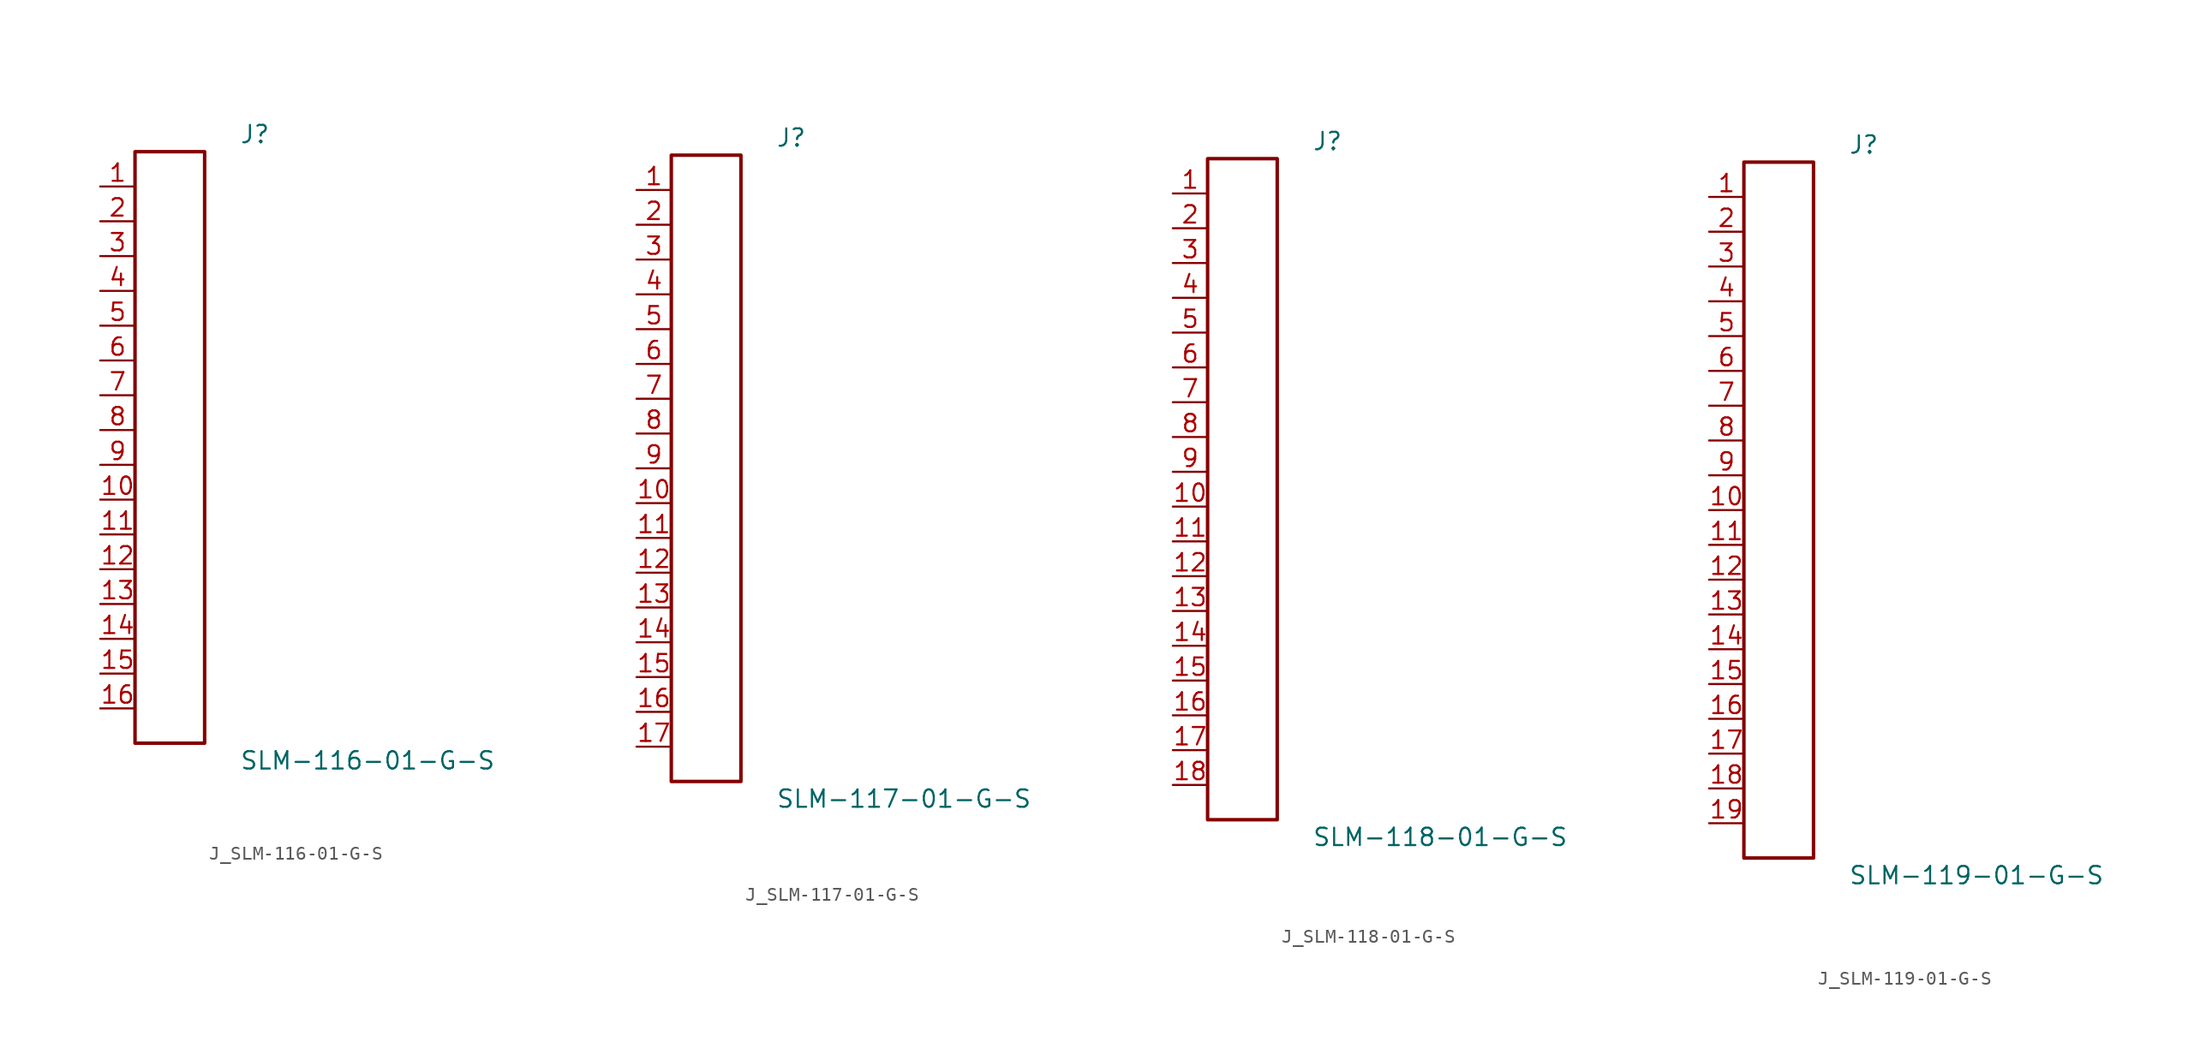
<source format=kicad_sym>
(kicad_symbol_lib
  (version 20231120)
  (generator kicad_symbol_editor)
  (generator_version 8.0)
  (symbol "J_SLM-116-01-G-S"
    (pin_names
      (offset 0.254))
    (property "Reference" "J"
      (at 5.08 22.86 0)
      (effects (font (size 1.27 1.27)) (justify left)))
    (property "Value" "SLM-116-01-G-S"
      (at 5.08 -22.86 0)
      (effects (font (size 1.27 1.27)) (justify left)))
    (symbol "J_SLM-116-01-G-S_0_0"
      (pin passive line (at -5.08 19.05 0) (length 2.54) (name "" (effects (font (size 1.27 1.27)))) (number "1" (effects (font (size 1.27 1.27)))))
      (pin passive line (at -5.08 16.51 0) (length 2.54) (name "" (effects (font (size 1.27 1.27)))) (number "2" (effects (font (size 1.27 1.27)))))
      (pin passive line (at -5.08 13.97 0) (length 2.54) (name "" (effects (font (size 1.27 1.27)))) (number "3" (effects (font (size 1.27 1.27)))))
      (pin passive line (at -5.08 11.43 0) (length 2.54) (name "" (effects (font (size 1.27 1.27)))) (number "4" (effects (font (size 1.27 1.27)))))
      (pin passive line (at -5.08 8.89 0) (length 2.54) (name "" (effects (font (size 1.27 1.27)))) (number "5" (effects (font (size 1.27 1.27)))))
      (pin passive line (at -5.08 6.35 0) (length 2.54) (name "" (effects (font (size 1.27 1.27)))) (number "6" (effects (font (size 1.27 1.27)))))
      (pin passive line (at -5.08 3.81 0) (length 2.54) (name "" (effects (font (size 1.27 1.27)))) (number "7" (effects (font (size 1.27 1.27)))))
      (pin passive line (at -5.08 1.27 0) (length 2.54) (name "" (effects (font (size 1.27 1.27)))) (number "8" (effects (font (size 1.27 1.27)))))
      (pin passive line (at -5.08 -1.27 0) (length 2.54) (name "" (effects (font (size 1.27 1.27)))) (number "9" (effects (font (size 1.27 1.27)))))
      (pin passive line (at -5.08 -3.81 0) (length 2.54) (name "" (effects (font (size 1.27 1.27)))) (number "10" (effects (font (size 1.27 1.27)))))
      (pin passive line (at -5.08 -6.35 0) (length 2.54) (name "" (effects (font (size 1.27 1.27)))) (number "11" (effects (font (size 1.27 1.27)))))
      (pin passive line (at -5.08 -8.89 0) (length 2.54) (name "" (effects (font (size 1.27 1.27)))) (number "12" (effects (font (size 1.27 1.27)))))
      (pin passive line (at -5.08 -11.43 0) (length 2.54) (name "" (effects (font (size 1.27 1.27)))) (number "13" (effects (font (size 1.27 1.27)))))
      (pin passive line (at -5.08 -13.97 0) (length 2.54) (name "" (effects (font (size 1.27 1.27)))) (number "14" (effects (font (size 1.27 1.27)))))
      (pin passive line (at -5.08 -16.51 0) (length 2.54) (name "" (effects (font (size 1.27 1.27)))) (number "15" (effects (font (size 1.27 1.27)))))
      (pin passive line (at -5.08 -19.05 0) (length 2.54) (name "" (effects (font (size 1.27 1.27)))) (number "16" (effects (font (size 1.27 1.27))))))
    (symbol "J_SLM-116-01-G-S_1_0"
      (rectangle (start -2.54 21.59) (end 2.54 -21.59) (stroke (width 0.254) (type solid)) (fill (type none)))))
  (symbol "J_SLM-117-01-G-S"
    (pin_names
      (offset 0.254))
    (property "Reference" "J"
      (at 5.08 24.13 0)
      (effects (font (size 1.27 1.27)) (justify left)))
    (property "Value" "SLM-117-01-G-S"
      (at 5.08 -24.13 0)
      (effects (font (size 1.27 1.27)) (justify left)))
    (symbol "J_SLM-117-01-G-S_0_0"
      (pin passive line (at -5.08 20.32 0) (length 2.54) (name "" (effects (font (size 1.27 1.27)))) (number "1" (effects (font (size 1.27 1.27)))))
      (pin passive line (at -5.08 17.78 0) (length 2.54) (name "" (effects (font (size 1.27 1.27)))) (number "2" (effects (font (size 1.27 1.27)))))
      (pin passive line (at -5.08 15.24 0) (length 2.54) (name "" (effects (font (size 1.27 1.27)))) (number "3" (effects (font (size 1.27 1.27)))))
      (pin passive line (at -5.08 12.7 0) (length 2.54) (name "" (effects (font (size 1.27 1.27)))) (number "4" (effects (font (size 1.27 1.27)))))
      (pin passive line (at -5.08 10.16 0) (length 2.54) (name "" (effects (font (size 1.27 1.27)))) (number "5" (effects (font (size 1.27 1.27)))))
      (pin passive line (at -5.08 7.62 0) (length 2.54) (name "" (effects (font (size 1.27 1.27)))) (number "6" (effects (font (size 1.27 1.27)))))
      (pin passive line (at -5.08 5.08 0) (length 2.54) (name "" (effects (font (size 1.27 1.27)))) (number "7" (effects (font (size 1.27 1.27)))))
      (pin passive line (at -5.08 2.54 0) (length 2.54) (name "" (effects (font (size 1.27 1.27)))) (number "8" (effects (font (size 1.27 1.27)))))
      (pin passive line (at -5.08 0.0 0) (length 2.54) (name "" (effects (font (size 1.27 1.27)))) (number "9" (effects (font (size 1.27 1.27)))))
      (pin passive line (at -5.08 -2.54 0) (length 2.54) (name "" (effects (font (size 1.27 1.27)))) (number "10" (effects (font (size 1.27 1.27)))))
      (pin passive line (at -5.08 -5.08 0) (length 2.54) (name "" (effects (font (size 1.27 1.27)))) (number "11" (effects (font (size 1.27 1.27)))))
      (pin passive line (at -5.08 -7.62 0) (length 2.54) (name "" (effects (font (size 1.27 1.27)))) (number "12" (effects (font (size 1.27 1.27)))))
      (pin passive line (at -5.08 -10.16 0) (length 2.54) (name "" (effects (font (size 1.27 1.27)))) (number "13" (effects (font (size 1.27 1.27)))))
      (pin passive line (at -5.08 -12.7 0) (length 2.54) (name "" (effects (font (size 1.27 1.27)))) (number "14" (effects (font (size 1.27 1.27)))))
      (pin passive line (at -5.08 -15.24 0) (length 2.54) (name "" (effects (font (size 1.27 1.27)))) (number "15" (effects (font (size 1.27 1.27)))))
      (pin passive line (at -5.08 -17.78 0) (length 2.54) (name "" (effects (font (size 1.27 1.27)))) (number "16" (effects (font (size 1.27 1.27)))))
      (pin passive line (at -5.08 -20.32 0) (length 2.54) (name "" (effects (font (size 1.27 1.27)))) (number "17" (effects (font (size 1.27 1.27))))))
    (symbol "J_SLM-117-01-G-S_1_0"
      (rectangle (start -2.54 22.86) (end 2.54 -22.86) (stroke (width 0.254) (type solid)) (fill (type none)))))
  (symbol "J_SLM-118-01-G-S"
    (pin_names
      (offset 0.254))
    (property "Reference" "J"
      (at 5.08 25.4 0)
      (effects (font (size 1.27 1.27)) (justify left)))
    (property "Value" "SLM-118-01-G-S"
      (at 5.08 -25.4 0)
      (effects (font (size 1.27 1.27)) (justify left)))
    (symbol "J_SLM-118-01-G-S_0_0"
      (pin passive line (at -5.08 21.59 0) (length 2.54) (name "" (effects (font (size 1.27 1.27)))) (number "1" (effects (font (size 1.27 1.27)))))
      (pin passive line (at -5.08 19.05 0) (length 2.54) (name "" (effects (font (size 1.27 1.27)))) (number "2" (effects (font (size 1.27 1.27)))))
      (pin passive line (at -5.08 16.51 0) (length 2.54) (name "" (effects (font (size 1.27 1.27)))) (number "3" (effects (font (size 1.27 1.27)))))
      (pin passive line (at -5.08 13.97 0) (length 2.54) (name "" (effects (font (size 1.27 1.27)))) (number "4" (effects (font (size 1.27 1.27)))))
      (pin passive line (at -5.08 11.43 0) (length 2.54) (name "" (effects (font (size 1.27 1.27)))) (number "5" (effects (font (size 1.27 1.27)))))
      (pin passive line (at -5.08 8.89 0) (length 2.54) (name "" (effects (font (size 1.27 1.27)))) (number "6" (effects (font (size 1.27 1.27)))))
      (pin passive line (at -5.08 6.35 0) (length 2.54) (name "" (effects (font (size 1.27 1.27)))) (number "7" (effects (font (size 1.27 1.27)))))
      (pin passive line (at -5.08 3.81 0) (length 2.54) (name "" (effects (font (size 1.27 1.27)))) (number "8" (effects (font (size 1.27 1.27)))))
      (pin passive line (at -5.08 1.27 0) (length 2.54) (name "" (effects (font (size 1.27 1.27)))) (number "9" (effects (font (size 1.27 1.27)))))
      (pin passive line (at -5.08 -1.27 0) (length 2.54) (name "" (effects (font (size 1.27 1.27)))) (number "10" (effects (font (size 1.27 1.27)))))
      (pin passive line (at -5.08 -3.81 0) (length 2.54) (name "" (effects (font (size 1.27 1.27)))) (number "11" (effects (font (size 1.27 1.27)))))
      (pin passive line (at -5.08 -6.35 0) (length 2.54) (name "" (effects (font (size 1.27 1.27)))) (number "12" (effects (font (size 1.27 1.27)))))
      (pin passive line (at -5.08 -8.89 0) (length 2.54) (name "" (effects (font (size 1.27 1.27)))) (number "13" (effects (font (size 1.27 1.27)))))
      (pin passive line (at -5.08 -11.43 0) (length 2.54) (name "" (effects (font (size 1.27 1.27)))) (number "14" (effects (font (size 1.27 1.27)))))
      (pin passive line (at -5.08 -13.97 0) (length 2.54) (name "" (effects (font (size 1.27 1.27)))) (number "15" (effects (font (size 1.27 1.27)))))
      (pin passive line (at -5.08 -16.51 0) (length 2.54) (name "" (effects (font (size 1.27 1.27)))) (number "16" (effects (font (size 1.27 1.27)))))
      (pin passive line (at -5.08 -19.05 0) (length 2.54) (name "" (effects (font (size 1.27 1.27)))) (number "17" (effects (font (size 1.27 1.27)))))
      (pin passive line (at -5.08 -21.59 0) (length 2.54) (name "" (effects (font (size 1.27 1.27)))) (number "18" (effects (font (size 1.27 1.27))))))
    (symbol "J_SLM-118-01-G-S_1_0"
      (rectangle (start -2.54 24.13) (end 2.54 -24.13) (stroke (width 0.254) (type solid)) (fill (type none)))))
  (symbol "J_SLM-119-01-G-S"
    (pin_names
      (offset 0.254))
    (property "Reference" "J"
      (at 5.08 26.67 0)
      (effects (font (size 1.27 1.27)) (justify left)))
    (property "Value" "SLM-119-01-G-S"
      (at 5.08 -26.67 0)
      (effects (font (size 1.27 1.27)) (justify left)))
    (symbol "J_SLM-119-01-G-S_0_0"
      (pin passive line (at -5.08 22.86 0) (length 2.54) (name "" (effects (font (size 1.27 1.27)))) (number "1" (effects (font (size 1.27 1.27)))))
      (pin passive line (at -5.08 20.32 0) (length 2.54) (name "" (effects (font (size 1.27 1.27)))) (number "2" (effects (font (size 1.27 1.27)))))
      (pin passive line (at -5.08 17.78 0) (length 2.54) (name "" (effects (font (size 1.27 1.27)))) (number "3" (effects (font (size 1.27 1.27)))))
      (pin passive line (at -5.08 15.24 0) (length 2.54) (name "" (effects (font (size 1.27 1.27)))) (number "4" (effects (font (size 1.27 1.27)))))
      (pin passive line (at -5.08 12.7 0) (length 2.54) (name "" (effects (font (size 1.27 1.27)))) (number "5" (effects (font (size 1.27 1.27)))))
      (pin passive line (at -5.08 10.16 0) (length 2.54) (name "" (effects (font (size 1.27 1.27)))) (number "6" (effects (font (size 1.27 1.27)))))
      (pin passive line (at -5.08 7.62 0) (length 2.54) (name "" (effects (font (size 1.27 1.27)))) (number "7" (effects (font (size 1.27 1.27)))))
      (pin passive line (at -5.08 5.08 0) (length 2.54) (name "" (effects (font (size 1.27 1.27)))) (number "8" (effects (font (size 1.27 1.27)))))
      (pin passive line (at -5.08 2.54 0) (length 2.54) (name "" (effects (font (size 1.27 1.27)))) (number "9" (effects (font (size 1.27 1.27)))))
      (pin passive line (at -5.08 0.0 0) (length 2.54) (name "" (effects (font (size 1.27 1.27)))) (number "10" (effects (font (size 1.27 1.27)))))
      (pin passive line (at -5.08 -2.54 0) (length 2.54) (name "" (effects (font (size 1.27 1.27)))) (number "11" (effects (font (size 1.27 1.27)))))
      (pin passive line (at -5.08 -5.08 0) (length 2.54) (name "" (effects (font (size 1.27 1.27)))) (number "12" (effects (font (size 1.27 1.27)))))
      (pin passive line (at -5.08 -7.62 0) (length 2.54) (name "" (effects (font (size 1.27 1.27)))) (number "13" (effects (font (size 1.27 1.27)))))
      (pin passive line (at -5.08 -10.16 0) (length 2.54) (name "" (effects (font (size 1.27 1.27)))) (number "14" (effects (font (size 1.27 1.27)))))
      (pin passive line (at -5.08 -12.7 0) (length 2.54) (name "" (effects (font (size 1.27 1.27)))) (number "15" (effects (font (size 1.27 1.27)))))
      (pin passive line (at -5.08 -15.24 0) (length 2.54) (name "" (effects (font (size 1.27 1.27)))) (number "16" (effects (font (size 1.27 1.27)))))
      (pin passive line (at -5.08 -17.78 0) (length 2.54) (name "" (effects (font (size 1.27 1.27)))) (number "17" (effects (font (size 1.27 1.27)))))
      (pin passive line (at -5.08 -20.32 0) (length 2.54) (name "" (effects (font (size 1.27 1.27)))) (number "18" (effects (font (size 1.27 1.27)))))
      (pin passive line (at -5.08 -22.86 0) (length 2.54) (name "" (effects (font (size 1.27 1.27)))) (number "19" (effects (font (size 1.27 1.27))))))
    (symbol "J_SLM-119-01-G-S_1_0"
      (rectangle (start -2.54 25.4) (end 2.54 -25.4) (stroke (width 0.254) (type solid)) (fill (type none))))))
</source>
